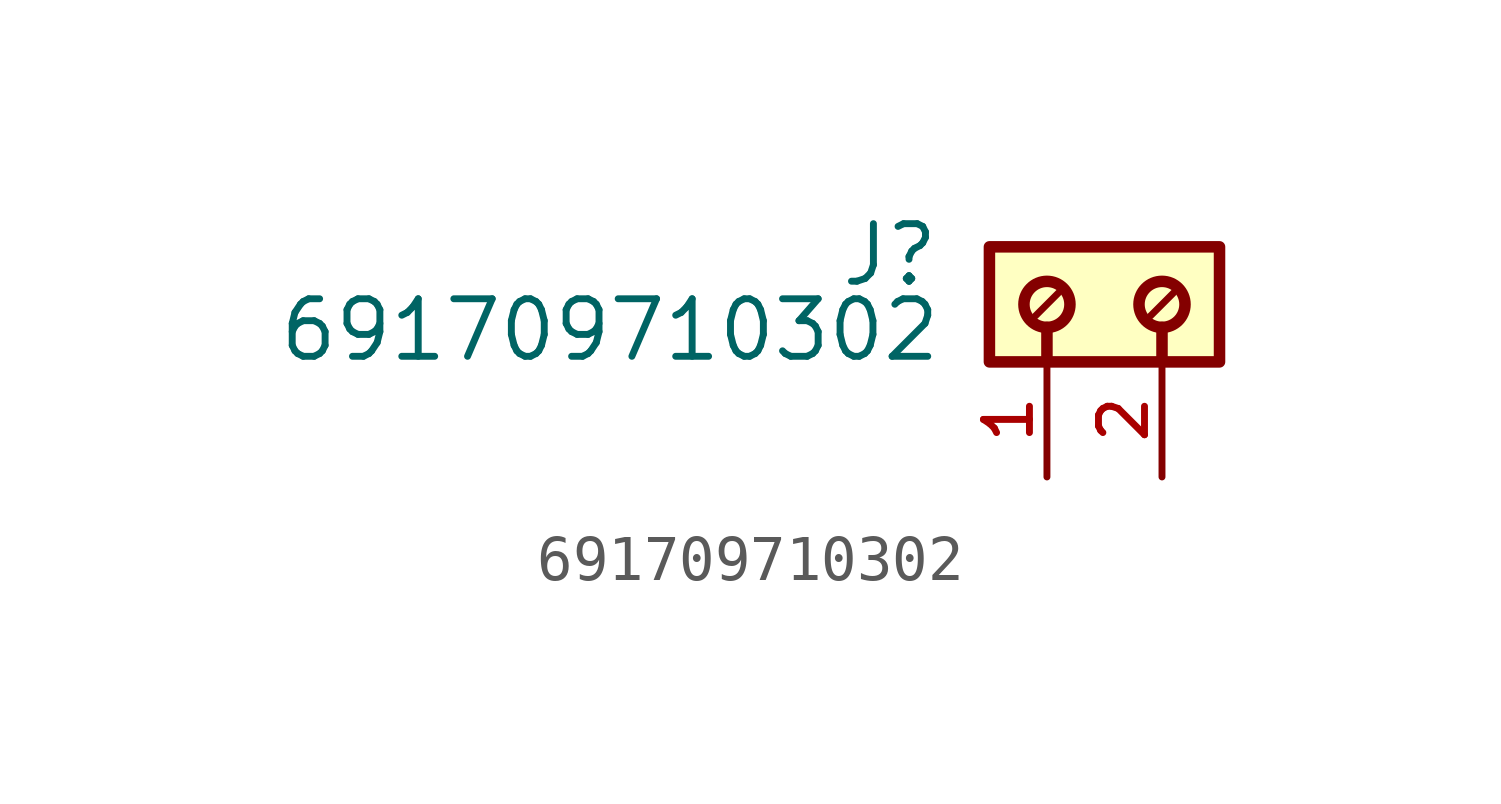
<source format=kicad_sym>
(kicad_symbol_lib
  (version 20211014)
  (generator kicad_symbol_editor)
  (symbol "691709710302"
    (pin_names
      (offset 1.016))
    (property "Reference" "J"
      (at -4.88 -0.922 0)
      (effects (font (size 1.27 1.27)) (justify bottom right)))
    (property "Value" "691709710302"
      (at -4.83 -2.58 0)
      (effects (font (size 1.27 1.27)) (justify bottom right)))
    (symbol "691709710302_0_0"
      (polyline (pts (xy -2.54 -1.778) (xy -2.54 -2.54)) (stroke (width 0.254)))
      (polyline (pts (xy 0.0 -1.778) (xy 0.0 -2.54)) (stroke (width 0.254)))
      (polyline (pts (xy -2.286 -1.016) (xy -2.794 -1.524)) (stroke (width 0.152)))
      (polyline (pts (xy 0.254 -1.016) (xy -0.254 -1.524)) (stroke (width 0.152)))
      (circle (center -2.54 -1.27) (radius 0.508) (stroke (width 0.254)) (fill (type none)))
      (circle (center 0.0 -1.27) (radius 0.508) (stroke (width 0.254)) (fill (type none)))
      (rectangle (start -3.81 -2.54) (end 1.27 -2.22044604925e-16) (stroke (width 0.254)) (fill (type background)))
      (pin passive line (at -2.54 -5.08 90.0) (length 2.54) (name "~" (effects (font (size 1.016 1.016)))) (number "1" (effects (font (size 1.016 1.016)))))
      (pin passive line (at 0.0 -5.08 90.0) (length 2.54) (name "~" (effects (font (size 1.016 1.016)))) (number "2" (effects (font (size 1.016 1.016))))))))
</source>
